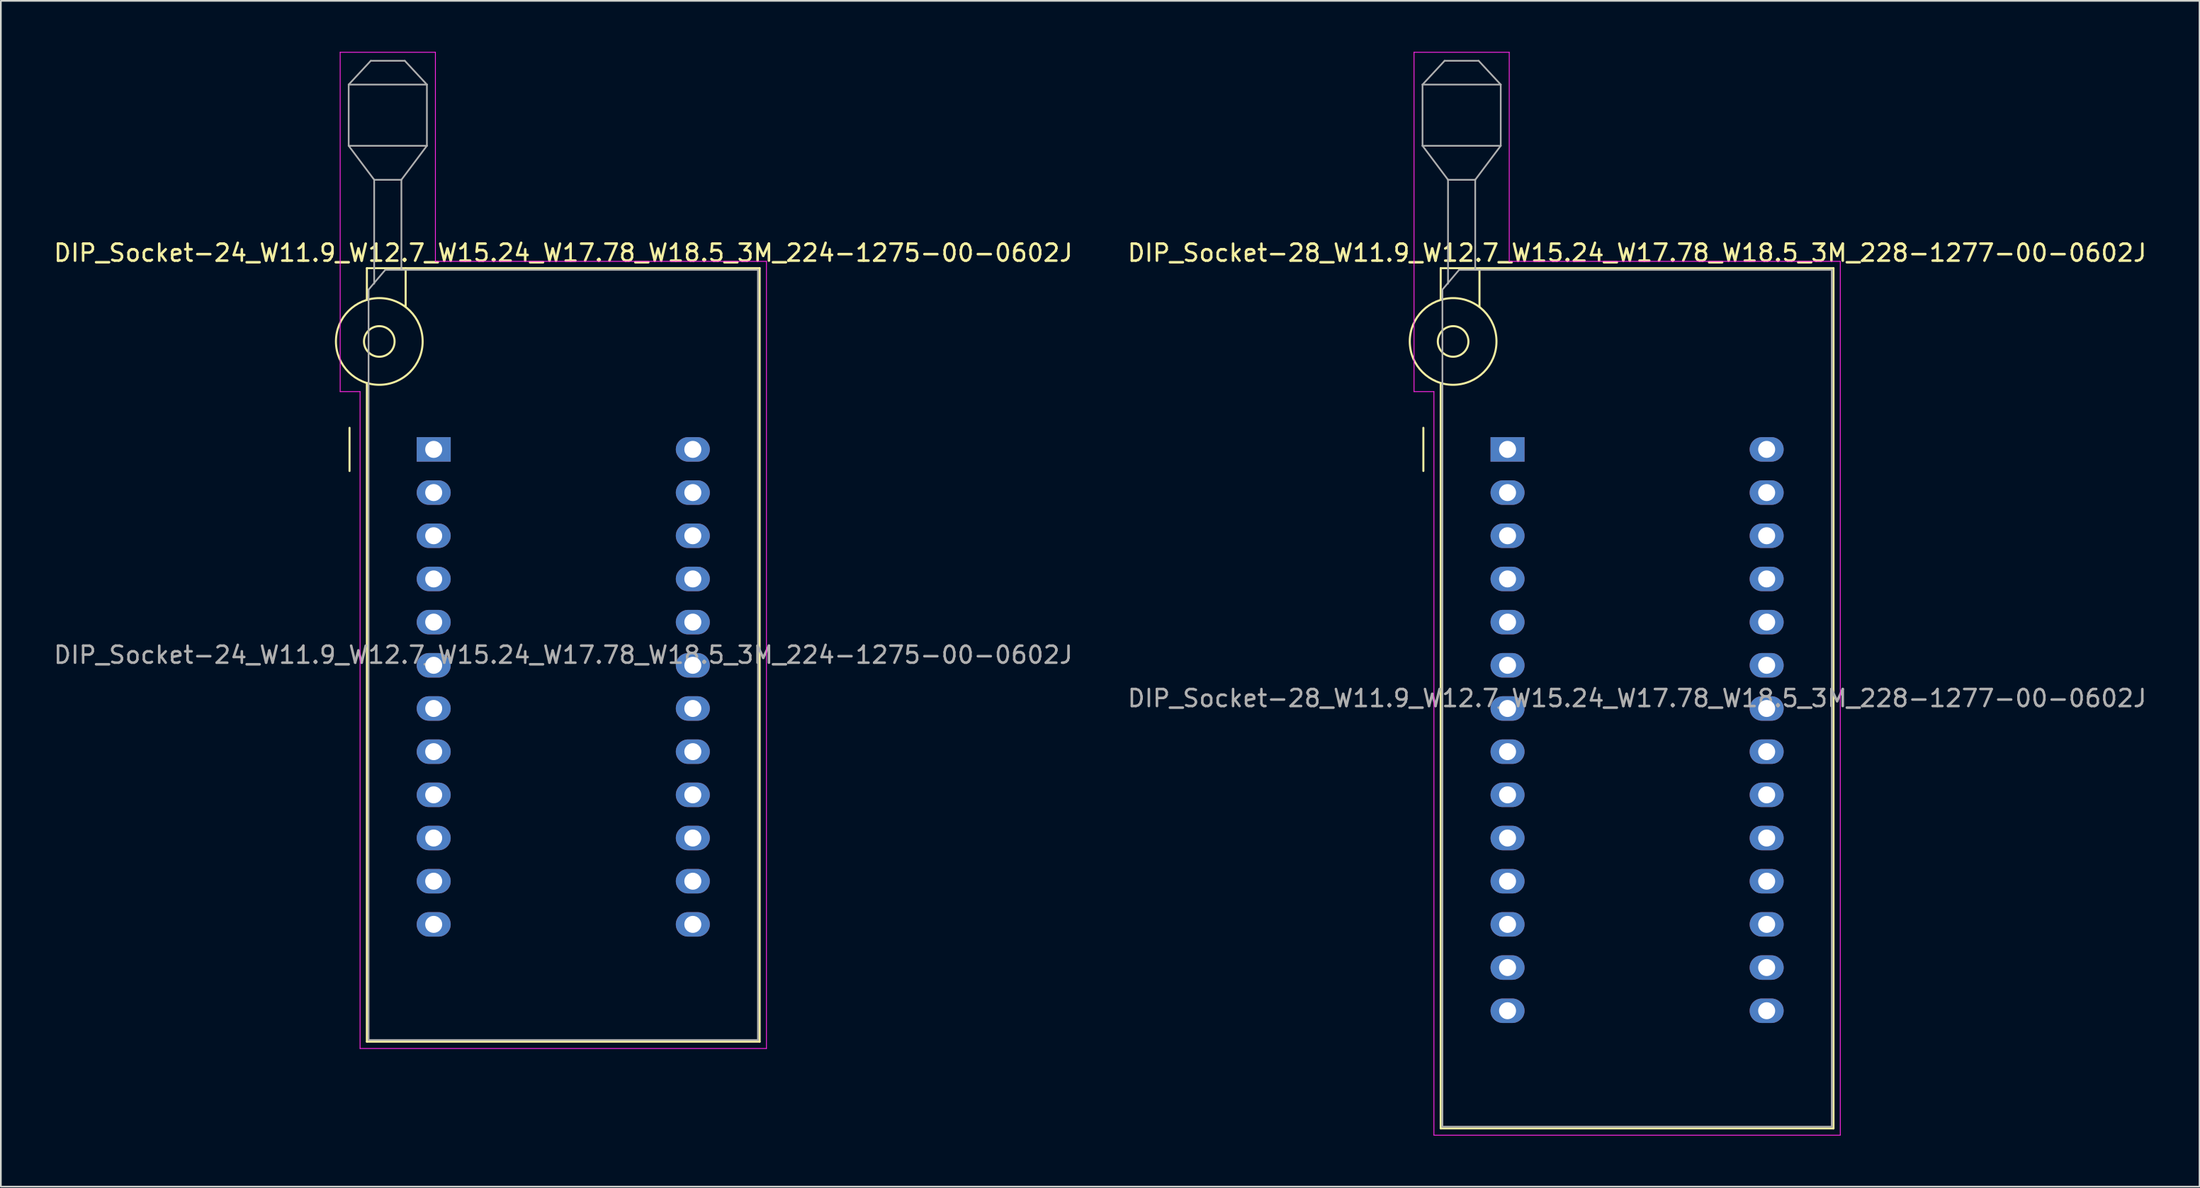
<source format=kicad_pcb>
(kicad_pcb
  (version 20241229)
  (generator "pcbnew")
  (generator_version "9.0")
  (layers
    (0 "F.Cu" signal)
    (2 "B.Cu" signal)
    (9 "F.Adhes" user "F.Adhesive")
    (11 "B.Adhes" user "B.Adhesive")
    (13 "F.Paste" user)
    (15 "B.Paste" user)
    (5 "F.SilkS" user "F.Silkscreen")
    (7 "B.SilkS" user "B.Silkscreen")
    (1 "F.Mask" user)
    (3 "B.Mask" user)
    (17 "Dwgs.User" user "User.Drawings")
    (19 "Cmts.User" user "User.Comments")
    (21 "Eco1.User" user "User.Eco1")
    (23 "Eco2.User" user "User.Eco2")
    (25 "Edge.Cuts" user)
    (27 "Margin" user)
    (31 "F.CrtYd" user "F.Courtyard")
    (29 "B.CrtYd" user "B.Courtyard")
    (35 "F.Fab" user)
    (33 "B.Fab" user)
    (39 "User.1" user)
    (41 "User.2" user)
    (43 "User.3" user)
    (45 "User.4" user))
  (footprint "DIP_Socket-24_W11.9_W12.7_W15.24_W17.78_W18.5_3M_224-1275-00-0602J"
    (layer "F.Cu")
    (at 22.457 23.385)
    (property "Reference" "DIP_Socket-24_W11.9_W12.7_W15.24_W17.78_W18.5_3M_224-1275-00-0602J" (at 7.62 -11.56 0) (layer "F.SilkS") (effects (font (size 1 1) (thickness 0.15))))
    (attr through_hole)
    (fp_line (start -4.95 1.27) (end -4.95 -1.27) (stroke (width 0.12) (type solid)) (layer "F.SilkS"))
    (fp_line (start -3.93 -10.66) (end -3.93 -8.8) (stroke (width 0.12) (type solid)) (layer "F.SilkS"))
    (fp_line (start -3.93 -3.9) (end -3.93 34.84) (stroke (width 0.12) (type solid)) (layer "F.SilkS"))
    (fp_line (start -3.93 34.84) (end 19.17 34.84) (stroke (width 0.12) (type solid)) (layer "F.SilkS"))
    (fp_line (start -1.65 -10.66) (end -1.65 -8.4) (stroke (width 0.12) (type solid)) (layer "F.SilkS"))
    (fp_line (start 19.17 -10.66) (end -3.93 -10.66) (stroke (width 0.12) (type solid)) (layer "F.SilkS"))
    (fp_line (start 19.17 34.84) (end 19.17 -10.66) (stroke (width 0.12) (type solid)) (layer "F.SilkS"))
    (fp_circle (center -3.2 -6.35) (end -2.3 -6.35) (stroke (width 0.12) (type solid)) (fill no) (layer "F.SilkS"))
    (fp_circle (center -3.2 -6.35) (end -0.65 -6.35) (stroke (width 0.12) (type solid)) (fill no) (layer "F.SilkS"))
    (fp_line (start -5.5 -23.36) (end 0.1 -23.36) (stroke (width 0.05) (type solid)) (layer "F.CrtYd"))
    (fp_line (start -5.5 -3.4) (end -5.5 -23.36) (stroke (width 0.05) (type solid)) (layer "F.CrtYd"))
    (fp_line (start -4.33 -3.4) (end -5.5 -3.4) (stroke (width 0.05) (type solid)) (layer "F.CrtYd"))
    (fp_line (start -4.33 35.24) (end -4.33 -3.4) (stroke (width 0.05) (type solid)) (layer "F.CrtYd"))
    (fp_line (start 0.1 -23.36) (end 0.1 -11.06) (stroke (width 0.05) (type solid)) (layer "F.CrtYd"))
    (fp_line (start 0.1 -11.06) (end 19.57 -11.06) (stroke (width 0.05) (type solid)) (layer "F.CrtYd"))
    (fp_line (start 19.57 -11.06) (end 19.57 35.24) (stroke (width 0.05) (type solid)) (layer "F.CrtYd"))
    (fp_line (start 19.57 35.24) (end -4.33 35.24) (stroke (width 0.05) (type solid)) (layer "F.CrtYd"))
    (fp_line (start -5 -21.46) (end -5 -17.86) (stroke (width 0.1) (type solid)) (layer "F.Fab"))
    (fp_line (start -5 -21.46) (end -3.7 -22.86) (stroke (width 0.1) (type solid)) (layer "F.Fab"))
    (fp_line (start -5 -17.86) (end -3.5 -15.86) (stroke (width 0.1) (type solid)) (layer "F.Fab"))
    (fp_line (start -5 -17.86) (end -0.4 -17.86) (stroke (width 0.1) (type solid)) (layer "F.Fab"))
    (fp_line (start -3.83 -9.4) (end -2.85 -10.56) (stroke (width 0.1) (type solid)) (layer "F.Fab"))
    (fp_line (start -3.83 34.74) (end -3.83 -9.4) (stroke (width 0.1) (type solid)) (layer "F.Fab"))
    (fp_line (start -3.7 -22.86) (end -1.7 -22.86) (stroke (width 0.1) (type solid)) (layer "F.Fab"))
    (fp_line (start -3.5 -15.86) (end -1.9 -15.86) (stroke (width 0.1) (type solid)) (layer "F.Fab"))
    (fp_line (start -3.5 -9.75) (end -3.5 -15.86) (stroke (width 0.1) (type solid)) (layer "F.Fab"))
    (fp_line (start -2.85 -10.56) (end 19.07 -10.56) (stroke (width 0.1) (type solid)) (layer "F.Fab"))
    (fp_line (start -1.9 -15.86) (end -1.9 -10.56) (stroke (width 0.1) (type solid)) (layer "F.Fab"))
    (fp_line (start -1.7 -22.86) (end -0.4 -21.46) (stroke (width 0.1) (type solid)) (layer "F.Fab"))
    (fp_line (start -0.4 -21.46) (end -5 -21.46) (stroke (width 0.1) (type solid)) (layer "F.Fab"))
    (fp_line (start -0.4 -17.86) (end -1.9 -15.86) (stroke (width 0.1) (type solid)) (layer "F.Fab"))
    (fp_line (start -0.4 -17.86) (end -0.4 -21.46) (stroke (width 0.1) (type solid)) (layer "F.Fab"))
    (fp_line (start 19.07 -10.56) (end 19.07 34.74) (stroke (width 0.1) (type solid)) (layer "F.Fab"))
    (fp_line (start 19.07 34.74) (end -3.83 34.74) (stroke (width 0.1) (type solid)) (layer "F.Fab"))
    (fp_text user "${REFERENCE}" (at 7.62 12.09 0) (layer "F.Fab") (effects (font (size 1 1) (thickness 0.15))))
    (pad "1" thru_hole rect (at 0 0) (size 2 1.44) (drill 1) (layers "*.Cu" "*.Mask"))
    (pad "2" thru_hole oval (at 0 2.54) (size 2 1.44) (drill 1) (layers "*.Cu" "*.Mask"))
    (pad "3" thru_hole oval (at 0 5.08) (size 2 1.44) (drill 1) (layers "*.Cu" "*.Mask"))
    (pad "4" thru_hole oval (at 0 7.62) (size 2 1.44) (drill 1) (layers "*.Cu" "*.Mask"))
    (pad "5" thru_hole oval (at 0 10.16) (size 2 1.44) (drill 1) (layers "*.Cu" "*.Mask"))
    (pad "6" thru_hole oval (at 0 12.7) (size 2 1.44) (drill 1) (layers "*.Cu" "*.Mask"))
    (pad "7" thru_hole oval (at 0 15.24) (size 2 1.44) (drill 1) (layers "*.Cu" "*.Mask"))
    (pad "8" thru_hole oval (at 0 17.78) (size 2 1.44) (drill 1) (layers "*.Cu" "*.Mask"))
    (pad "9" thru_hole oval (at 0 20.32) (size 2 1.44) (drill 1) (layers "*.Cu" "*.Mask"))
    (pad "10" thru_hole oval (at 0 22.86) (size 2 1.44) (drill 1) (layers "*.Cu" "*.Mask"))
    (pad "11" thru_hole oval (at 0 25.4) (size 2 1.44) (drill 1) (layers "*.Cu" "*.Mask"))
    (pad "12" thru_hole oval (at 0 27.94) (size 2 1.44) (drill 1) (layers "*.Cu" "*.Mask"))
    (pad "13" thru_hole oval (at 15.24 27.94) (size 2 1.44) (drill 1) (layers "*.Cu" "*.Mask"))
    (pad "14" thru_hole oval (at 15.24 25.4) (size 2 1.44) (drill 1) (layers "*.Cu" "*.Mask"))
    (pad "15" thru_hole oval (at 15.24 22.86) (size 2 1.44) (drill 1) (layers "*.Cu" "*.Mask"))
    (pad "16" thru_hole oval (at 15.24 20.32) (size 2 1.44) (drill 1) (layers "*.Cu" "*.Mask"))
    (pad "17" thru_hole oval (at 15.24 17.78) (size 2 1.44) (drill 1) (layers "*.Cu" "*.Mask"))
    (pad "18" thru_hole oval (at 15.24 15.24) (size 2 1.44) (drill 1) (layers "*.Cu" "*.Mask"))
    (pad "19" thru_hole oval (at 15.24 12.7) (size 2 1.44) (drill 1) (layers "*.Cu" "*.Mask"))
    (pad "20" thru_hole oval (at 15.24 10.16) (size 2 1.44) (drill 1) (layers "*.Cu" "*.Mask"))
    (pad "21" thru_hole oval (at 15.24 7.62) (size 2 1.44) (drill 1) (layers "*.Cu" "*.Mask"))
    (pad "22" thru_hole oval (at 15.24 5.08) (size 2 1.44) (drill 1) (layers "*.Cu" "*.Mask"))
    (pad "23" thru_hole oval (at 15.24 2.54) (size 2 1.44) (drill 1) (layers "*.Cu" "*.Mask"))
    (pad "24" thru_hole oval (at 15.24 0) (size 2 1.44) (drill 1) (layers "*.Cu" "*.Mask")))
  (footprint "DIP_Socket-28_W11.9_W12.7_W15.24_W17.78_W18.5_3M_228-1277-00-0602J"
    (layer "F.Cu")
    (at 85.612 23.385)
    (property "Reference" "DIP_Socket-28_W11.9_W12.7_W15.24_W17.78_W18.5_3M_228-1277-00-0602J" (at 7.62 -11.56 0) (layer "F.SilkS") (effects (font (size 1 1) (thickness 0.15))))
    (attr through_hole)
    (fp_line (start -4.95 1.27) (end -4.95 -1.27) (stroke (width 0.12) (type solid)) (layer "F.SilkS"))
    (fp_line (start -3.93 -10.66) (end -3.93 -8.8) (stroke (width 0.12) (type solid)) (layer "F.SilkS"))
    (fp_line (start -3.93 -3.9) (end -3.93 39.94) (stroke (width 0.12) (type solid)) (layer "F.SilkS"))
    (fp_line (start -3.93 39.94) (end 19.17 39.94) (stroke (width 0.12) (type solid)) (layer "F.SilkS"))
    (fp_line (start -1.65 -10.66) (end -1.65 -8.4) (stroke (width 0.12) (type solid)) (layer "F.SilkS"))
    (fp_line (start 19.17 -10.66) (end -3.93 -10.66) (stroke (width 0.12) (type solid)) (layer "F.SilkS"))
    (fp_line (start 19.17 39.94) (end 19.17 -10.66) (stroke (width 0.12) (type solid)) (layer "F.SilkS"))
    (fp_circle (center -3.2 -6.35) (end -2.3 -6.35) (stroke (width 0.12) (type solid)) (fill no) (layer "F.SilkS"))
    (fp_circle (center -3.2 -6.35) (end -0.65 -6.35) (stroke (width 0.12) (type solid)) (fill no) (layer "F.SilkS"))
    (fp_line (start -5.5 -23.36) (end 0.1 -23.36) (stroke (width 0.05) (type solid)) (layer "F.CrtYd"))
    (fp_line (start -5.5 -3.4) (end -5.5 -23.36) (stroke (width 0.05) (type solid)) (layer "F.CrtYd"))
    (fp_line (start -4.33 -3.4) (end -5.5 -3.4) (stroke (width 0.05) (type solid)) (layer "F.CrtYd"))
    (fp_line (start -4.33 40.34) (end -4.33 -3.4) (stroke (width 0.05) (type solid)) (layer "F.CrtYd"))
    (fp_line (start 0.1 -23.36) (end 0.1 -11.06) (stroke (width 0.05) (type solid)) (layer "F.CrtYd"))
    (fp_line (start 0.1 -11.06) (end 19.57 -11.06) (stroke (width 0.05) (type solid)) (layer "F.CrtYd"))
    (fp_line (start 19.57 -11.06) (end 19.57 40.34) (stroke (width 0.05) (type solid)) (layer "F.CrtYd"))
    (fp_line (start 19.57 40.34) (end -4.33 40.34) (stroke (width 0.05) (type solid)) (layer "F.CrtYd"))
    (fp_line (start -5 -21.46) (end -5 -17.86) (stroke (width 0.1) (type solid)) (layer "F.Fab"))
    (fp_line (start -5 -21.46) (end -3.7 -22.86) (stroke (width 0.1) (type solid)) (layer "F.Fab"))
    (fp_line (start -5 -17.86) (end -3.5 -15.86) (stroke (width 0.1) (type solid)) (layer "F.Fab"))
    (fp_line (start -5 -17.86) (end -0.4 -17.86) (stroke (width 0.1) (type solid)) (layer "F.Fab"))
    (fp_line (start -3.83 -9.4) (end -2.85 -10.56) (stroke (width 0.1) (type solid)) (layer "F.Fab"))
    (fp_line (start -3.83 39.84) (end -3.83 -9.4) (stroke (width 0.1) (type solid)) (layer "F.Fab"))
    (fp_line (start -3.7 -22.86) (end -1.7 -22.86) (stroke (width 0.1) (type solid)) (layer "F.Fab"))
    (fp_line (start -3.5 -15.86) (end -1.9 -15.86) (stroke (width 0.1) (type solid)) (layer "F.Fab"))
    (fp_line (start -3.5 -9.75) (end -3.5 -15.86) (stroke (width 0.1) (type solid)) (layer "F.Fab"))
    (fp_line (start -2.85 -10.56) (end 19.07 -10.56) (stroke (width 0.1) (type solid)) (layer "F.Fab"))
    (fp_line (start -1.9 -15.86) (end -1.9 -10.56) (stroke (width 0.1) (type solid)) (layer "F.Fab"))
    (fp_line (start -1.7 -22.86) (end -0.4 -21.46) (stroke (width 0.1) (type solid)) (layer "F.Fab"))
    (fp_line (start -0.4 -21.46) (end -5 -21.46) (stroke (width 0.1) (type solid)) (layer "F.Fab"))
    (fp_line (start -0.4 -17.86) (end -1.9 -15.86) (stroke (width 0.1) (type solid)) (layer "F.Fab"))
    (fp_line (start -0.4 -17.86) (end -0.4 -21.46) (stroke (width 0.1) (type solid)) (layer "F.Fab"))
    (fp_line (start 19.07 -10.56) (end 19.07 39.84) (stroke (width 0.1) (type solid)) (layer "F.Fab"))
    (fp_line (start 19.07 39.84) (end -3.83 39.84) (stroke (width 0.1) (type solid)) (layer "F.Fab"))
    (fp_text user "${REFERENCE}" (at 7.62 14.64 0) (layer "F.Fab") (effects (font (size 1 1) (thickness 0.15))))
    (pad "1" thru_hole rect (at 0 0) (size 2 1.44) (drill 1) (layers "*.Cu" "*.Mask"))
    (pad "2" thru_hole oval (at 0 2.54) (size 2 1.44) (drill 1) (layers "*.Cu" "*.Mask"))
    (pad "3" thru_hole oval (at 0 5.08) (size 2 1.44) (drill 1) (layers "*.Cu" "*.Mask"))
    (pad "4" thru_hole oval (at 0 7.62) (size 2 1.44) (drill 1) (layers "*.Cu" "*.Mask"))
    (pad "5" thru_hole oval (at 0 10.16) (size 2 1.44) (drill 1) (layers "*.Cu" "*.Mask"))
    (pad "6" thru_hole oval (at 0 12.7) (size 2 1.44) (drill 1) (layers "*.Cu" "*.Mask"))
    (pad "7" thru_hole oval (at 0 15.24) (size 2 1.44) (drill 1) (layers "*.Cu" "*.Mask"))
    (pad "8" thru_hole oval (at 0 17.78) (size 2 1.44) (drill 1) (layers "*.Cu" "*.Mask"))
    (pad "9" thru_hole oval (at 0 20.32) (size 2 1.44) (drill 1) (layers "*.Cu" "*.Mask"))
    (pad "10" thru_hole oval (at 0 22.86) (size 2 1.44) (drill 1) (layers "*.Cu" "*.Mask"))
    (pad "11" thru_hole oval (at 0 25.4) (size 2 1.44) (drill 1) (layers "*.Cu" "*.Mask"))
    (pad "12" thru_hole oval (at 0 27.94) (size 2 1.44) (drill 1) (layers "*.Cu" "*.Mask"))
    (pad "13" thru_hole oval (at 0 30.48) (size 2 1.44) (drill 1) (layers "*.Cu" "*.Mask"))
    (pad "14" thru_hole oval (at 0 33.02) (size 2 1.44) (drill 1) (layers "*.Cu" "*.Mask"))
    (pad "15" thru_hole oval (at 15.24 33.02) (size 2 1.44) (drill 1) (layers "*.Cu" "*.Mask"))
    (pad "16" thru_hole oval (at 15.24 30.48) (size 2 1.44) (drill 1) (layers "*.Cu" "*.Mask"))
    (pad "17" thru_hole oval (at 15.24 27.94) (size 2 1.44) (drill 1) (layers "*.Cu" "*.Mask"))
    (pad "18" thru_hole oval (at 15.24 25.4) (size 2 1.44) (drill 1) (layers "*.Cu" "*.Mask"))
    (pad "19" thru_hole oval (at 15.24 22.86) (size 2 1.44) (drill 1) (layers "*.Cu" "*.Mask"))
    (pad "20" thru_hole oval (at 15.24 20.32) (size 2 1.44) (drill 1) (layers "*.Cu" "*.Mask"))
    (pad "21" thru_hole oval (at 15.24 17.78) (size 2 1.44) (drill 1) (layers "*.Cu" "*.Mask"))
    (pad "22" thru_hole oval (at 15.24 15.24) (size 2 1.44) (drill 1) (layers "*.Cu" "*.Mask"))
    (pad "23" thru_hole oval (at 15.24 12.7) (size 2 1.44) (drill 1) (layers "*.Cu" "*.Mask"))
    (pad "24" thru_hole oval (at 15.24 10.16) (size 2 1.44) (drill 1) (layers "*.Cu" "*.Mask"))
    (pad "25" thru_hole oval (at 15.24 7.62) (size 2 1.44) (drill 1) (layers "*.Cu" "*.Mask"))
    (pad "26" thru_hole oval (at 15.24 5.08) (size 2 1.44) (drill 1) (layers "*.Cu" "*.Mask"))
    (pad "27" thru_hole oval (at 15.24 2.54) (size 2 1.44) (drill 1) (layers "*.Cu" "*.Mask"))
    (pad "28" thru_hole oval (at 15.24 0) (size 2 1.44) (drill 1) (layers "*.Cu" "*.Mask")))
  (gr_rect
    (start -3 -3)
    (end 126.31 66.75)
    (stroke (width 0.1) (type default))
    (fill no)
    (layer "Edge.Cuts")))
</source>
